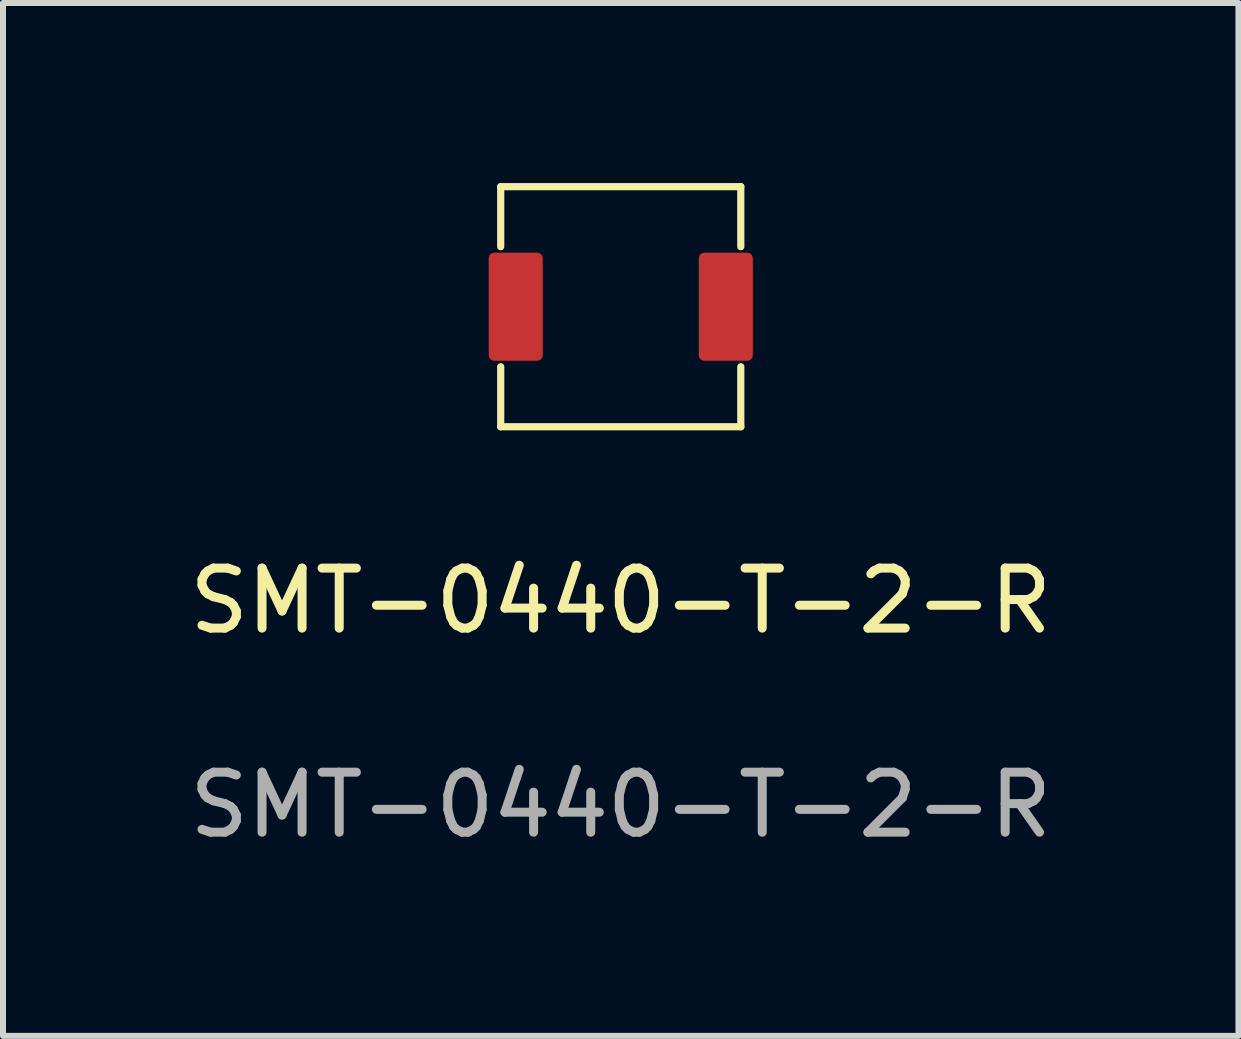
<source format=kicad_pcb>
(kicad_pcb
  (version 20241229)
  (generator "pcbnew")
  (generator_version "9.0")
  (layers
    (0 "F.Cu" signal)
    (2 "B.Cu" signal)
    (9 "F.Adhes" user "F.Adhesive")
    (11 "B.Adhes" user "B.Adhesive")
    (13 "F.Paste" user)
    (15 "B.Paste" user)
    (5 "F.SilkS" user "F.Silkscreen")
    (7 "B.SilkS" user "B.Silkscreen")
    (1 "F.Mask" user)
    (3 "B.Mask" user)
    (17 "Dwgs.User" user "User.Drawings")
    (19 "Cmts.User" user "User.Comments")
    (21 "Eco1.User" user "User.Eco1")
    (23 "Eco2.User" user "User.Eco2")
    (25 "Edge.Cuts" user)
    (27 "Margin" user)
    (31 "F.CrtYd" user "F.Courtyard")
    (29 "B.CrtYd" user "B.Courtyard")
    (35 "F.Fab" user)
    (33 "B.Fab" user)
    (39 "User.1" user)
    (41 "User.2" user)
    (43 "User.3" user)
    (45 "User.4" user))
  (footprint "SMT-0440-T-2-R"
    (layer "F.Cu")
    (at 7.292 2.06)
    (property "Reference" "SMT-0440-T-2-R" (at 0 4.9 0) (unlocked yes) (layer "F.SilkS") (effects (font (size 1 1) (thickness 0.15))))
    (attr smd)
    (fp_line (start -2 -2) (end 2 -2) (stroke (width 0.12) (type default)) (layer "F.SilkS"))
    (fp_line (start -2 -1) (end -2 -2) (stroke (width 0.12) (type default)) (layer "F.SilkS"))
    (fp_line (start -2 2) (end -2 1) (stroke (width 0.12) (type default)) (layer "F.SilkS"))
    (fp_line (start 2 -2) (end 2 -1) (stroke (width 0.12) (type default)) (layer "F.SilkS"))
    (fp_line (start 2 1) (end 2 2) (stroke (width 0.12) (type default)) (layer "F.SilkS"))
    (fp_line (start 2 2) (end -2 2) (stroke (width 0.12) (type default)) (layer "F.SilkS"))
    (fp_text user "${REFERENCE}" (at 0 8.3 0) (unlocked yes) (layer "F.Fab") (effects (font (size 1 1) (thickness 0.15))))
    (pad "1" smd roundrect (at -1.75 0) (size 0.9 1.8) (layers "F.Cu" "F.Mask" "F.Paste") (roundrect_rratio 0.1))
    (pad "2" smd roundrect (at 1.75 0) (size 0.9 1.8) (layers "F.Cu" "F.Mask" "F.Paste") (roundrect_rratio 0.1)))
  (gr_rect
    (start -3 -3)
    (end 17.583 14.208)
    (stroke (width 0.1) (type default))
    (fill no)
    (layer "Edge.Cuts")))
</source>
